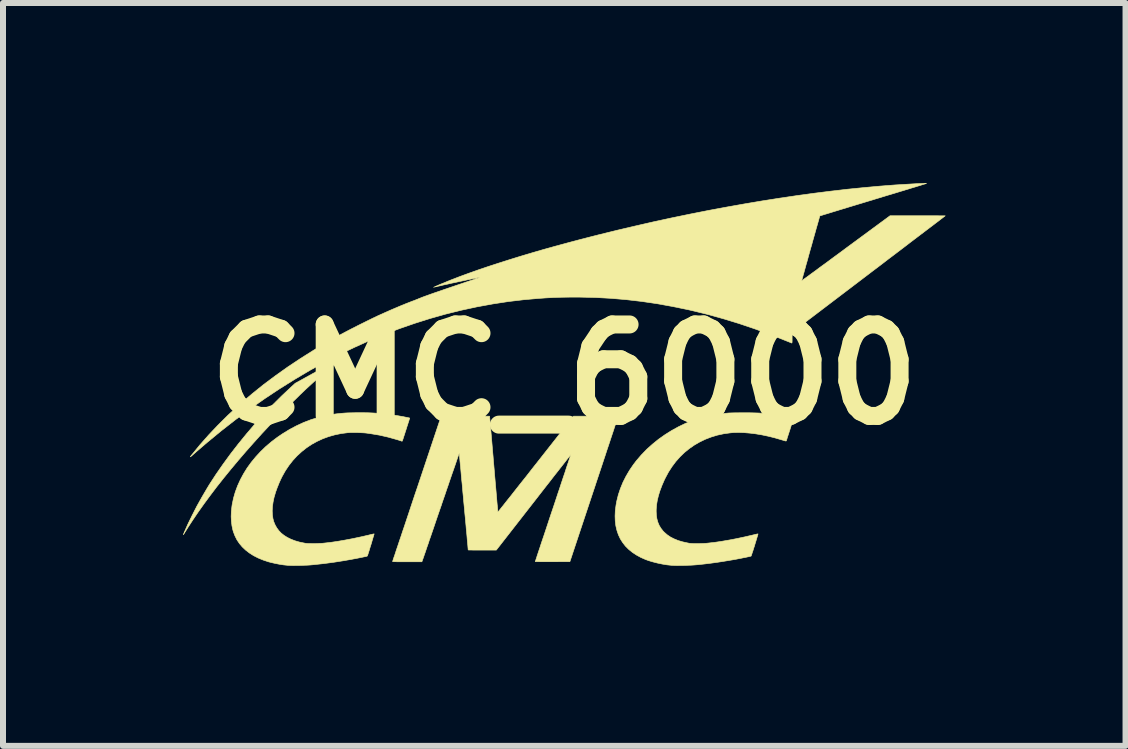
<source format=kicad_pcb>
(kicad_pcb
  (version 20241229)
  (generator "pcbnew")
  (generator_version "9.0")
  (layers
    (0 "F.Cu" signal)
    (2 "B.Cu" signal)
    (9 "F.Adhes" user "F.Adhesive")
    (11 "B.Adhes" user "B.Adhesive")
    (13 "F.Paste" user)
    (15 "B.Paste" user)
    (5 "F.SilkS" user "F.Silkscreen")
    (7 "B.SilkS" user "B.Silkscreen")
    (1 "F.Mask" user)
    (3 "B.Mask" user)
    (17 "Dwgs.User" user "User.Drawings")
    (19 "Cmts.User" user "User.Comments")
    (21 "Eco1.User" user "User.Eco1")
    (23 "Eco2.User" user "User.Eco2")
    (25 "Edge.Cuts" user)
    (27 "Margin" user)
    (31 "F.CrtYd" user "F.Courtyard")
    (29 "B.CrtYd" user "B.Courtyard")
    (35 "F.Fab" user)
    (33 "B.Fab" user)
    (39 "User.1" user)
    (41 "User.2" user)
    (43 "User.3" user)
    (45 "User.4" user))
  (footprint "CMC_6000"
    (layer "F.Cu")
    (at 6.352 3.191)
    (property "Reference" "CMC_6000" (at 0 0 0) (layer "F.SilkS") (effects (font (size 1.524 1.524) (thickness 0.3))))
    (attr through_hole)
    (fp_poly (pts (xy -3.615 -0.332) (xy -3.617 -0.33) (xy -3.619 -0.332) (xy -3.617 -0.334) (xy -3.615 -0.332)) (stroke (width 0.01) (type solid)) (fill yes) (layer "F.SilkS"))
    (fp_poly (pts (xy -2.172 -1.454) (xy -2.174 -1.452) (xy -2.176 -1.454) (xy -2.174 -1.456) (xy -2.172 -1.454)) (stroke (width 0.01) (type solid)) (fill yes) (layer "F.SilkS"))
    (fp_poly (pts (xy -3.624 -0.329) (xy -3.624 -0.328) (xy -3.627 -0.326) (xy -3.636 -0.319) (xy -3.649 -0.309) (xy -3.666 -0.297) (xy -3.674 -0.291) (xy -3.733 -0.247) (xy -3.796 -0.198) (xy -3.864 -0.143) (xy -3.937 -0.083) (xy -4.013 -0.018) (xy -4.093 0.052) (xy -4.176 0.125) (xy -4.261 0.203) (xy -4.31 0.248) (xy -4.333 0.27) (xy -4.361 0.297) (xy -4.394 0.328) (xy -4.43 0.364) (xy -4.47 0.403) (xy -4.512 0.444) (xy -4.555 0.487) (xy -4.6 0.531) (xy -4.644 0.575) (xy -4.688 0.619) (xy -4.73 0.661) (xy -4.77 0.702) (xy -4.808 0.74) (xy -4.841 0.775) (xy -4.871 0.805) (xy -4.896 0.831) (xy -4.9 0.836) (xy -5.04 0.986) (xy -5.175 1.136) (xy -5.307 1.285) (xy -5.434 1.433) (xy -5.557 1.58) (xy -5.676 1.726) (xy -5.789 1.869) (xy -5.896 2.01) (xy -5.998 2.148) (xy -6.094 2.283) (xy -6.183 2.414) (xy -6.266 2.541) (xy -6.301 2.597) (xy -6.315 2.619) (xy -6.327 2.638) (xy -6.336 2.654) (xy -6.343 2.664) (xy -6.347 2.669) (xy -6.347 2.669) (xy -6.347 2.667) (xy -6.344 2.659) (xy -6.339 2.647) (xy -6.335 2.637) (xy -6.271 2.492) (xy -6.199 2.345) (xy -6.123 2.196) (xy -6.041 2.049) (xy -5.956 1.904) (xy -5.914 1.834) (xy -5.804 1.665) (xy -5.686 1.495) (xy -5.562 1.325) (xy -5.431 1.156) (xy -5.295 0.989) (xy -5.154 0.824) (xy -5.008 0.664) (xy -4.86 0.507) (xy -4.708 0.356) (xy -4.554 0.211) (xy -4.545 0.203) (xy -4.483 0.146) (xy -4.082 -0.076) (xy -4.014 -0.114) (xy -3.954 -0.148) (xy -3.9 -0.178) (xy -3.852 -0.204) (xy -3.81 -0.227) (xy -3.773 -0.247) (xy -3.742 -0.265) (xy -3.715 -0.279) (xy -3.693 -0.292) (xy -3.675 -0.302) (xy -3.66 -0.31) (xy -3.648 -0.316) (xy -3.639 -0.321) (xy -3.633 -0.324) (xy -3.629 -0.327) (xy -3.626 -0.328) (xy -3.624 -0.329) (xy -3.624 -0.329) (xy -3.624 -0.329)) (stroke (width 0.01) (type solid)) (fill yes) (layer "F.SilkS"))
    (fp_poly (pts (xy -3.27 0.637) (xy -3.18 0.641) (xy -3.093 0.647) (xy -3.005 0.655) (xy -2.916 0.665) (xy -2.823 0.679) (xy -2.763 0.688) (xy -2.736 0.693) (xy -2.707 0.698) (xy -2.678 0.703) (xy -2.65 0.709) (xy -2.625 0.714) (xy -2.604 0.718) (xy -2.588 0.722) (xy -2.578 0.724) (xy -2.575 0.725) (xy -2.576 0.729) (xy -2.58 0.74) (xy -2.585 0.758) (xy -2.592 0.78) (xy -2.601 0.807) (xy -2.61 0.837) (xy -2.621 0.869) (xy -2.631 0.902) (xy -2.642 0.936) (xy -2.653 0.97) (xy -2.663 1.002) (xy -2.673 1.031) (xy -2.681 1.057) (xy -2.688 1.078) (xy -2.694 1.095) (xy -2.697 1.104) (xy -2.698 1.106) (xy -2.702 1.111) (xy -2.708 1.11) (xy -2.715 1.107) (xy -2.728 1.103) (xy -2.746 1.097) (xy -2.768 1.09) (xy -2.788 1.084) (xy -2.934 1.043) (xy -3.078 1.01) (xy -3.222 0.986) (xy -3.3 0.975) (xy -3.333 0.972) (xy -3.371 0.97) (xy -3.414 0.968) (xy -3.457 0.966) (xy -3.5 0.966) (xy -3.541 0.966) (xy -3.577 0.967) (xy -3.607 0.969) (xy -3.717 0.983) (xy -3.823 1.005) (xy -3.926 1.034) (xy -4.024 1.07) (xy -4.119 1.114) (xy -4.21 1.164) (xy -4.295 1.221) (xy -4.376 1.285) (xy -4.452 1.355) (xy -4.523 1.432) (xy -4.588 1.515) (xy -4.647 1.603) (xy -4.7 1.697) (xy -4.723 1.744) (xy -4.737 1.775) (xy -4.753 1.811) (xy -4.768 1.849) (xy -4.784 1.888) (xy -4.797 1.925) (xy -4.809 1.957) (xy -4.813 1.971) (xy -4.836 2.05) (xy -4.852 2.127) (xy -4.862 2.201) (xy -4.866 2.272) (xy -4.863 2.338) (xy -4.854 2.4) (xy -4.841 2.45) (xy -4.819 2.503) (xy -4.79 2.555) (xy -4.755 2.602) (xy -4.716 2.643) (xy -4.669 2.68) (xy -4.615 2.714) (xy -4.554 2.744) (xy -4.487 2.77) (xy -4.415 2.791) (xy -4.338 2.807) (xy -4.312 2.812) (xy -4.291 2.814) (xy -4.265 2.816) (xy -4.232 2.816) (xy -4.196 2.817) (xy -4.158 2.817) (xy -4.118 2.816) (xy -4.08 2.814) (xy -4.044 2.813) (xy -4.012 2.81) (xy -4.003 2.809) (xy -3.894 2.797) (xy -3.778 2.78) (xy -3.656 2.759) (xy -3.529 2.735) (xy -3.397 2.707) (xy -3.261 2.676) (xy -3.25 2.673) (xy -3.225 2.667) (xy -3.203 2.662) (xy -3.186 2.658) (xy -3.174 2.656) (xy -3.168 2.655) (xy -3.168 2.655) (xy -3.169 2.66) (xy -3.172 2.671) (xy -3.177 2.689) (xy -3.184 2.711) (xy -3.192 2.738) (xy -3.201 2.768) (xy -3.21 2.8) (xy -3.22 2.833) (xy -3.231 2.867) (xy -3.241 2.899) (xy -3.25 2.93) (xy -3.259 2.958) (xy -3.267 2.983) (xy -3.273 3.002) (xy -3.278 3.016) (xy -3.281 3.023) (xy -3.281 3.024) (xy -3.286 3.026) (xy -3.297 3.03) (xy -3.315 3.034) (xy -3.341 3.039) (xy -3.373 3.046) (xy -3.414 3.054) (xy -3.462 3.064) (xy -3.49 3.069) (xy -3.668 3.101) (xy -3.84 3.128) (xy -4.005 3.15) (xy -4.163 3.167) (xy -4.225 3.173) (xy -4.254 3.175) (xy -4.288 3.177) (xy -4.326 3.178) (xy -4.367 3.18) (xy -4.409 3.181) (xy -4.452 3.181) (xy -4.492 3.182) (xy -4.53 3.182) (xy -4.563 3.181) (xy -4.591 3.18) (xy -4.609 3.179) (xy -4.677 3.172) (xy -4.748 3.161) (xy -4.819 3.147) (xy -4.888 3.131) (xy -4.93 3.12) (xy -5.02 3.09) (xy -5.102 3.056) (xy -5.178 3.017) (xy -5.247 2.973) (xy -5.309 2.925) (xy -5.365 2.872) (xy -5.413 2.815) (xy -5.454 2.754) (xy -5.487 2.688) (xy -5.514 2.618) (xy -5.522 2.589) (xy -5.537 2.52) (xy -5.546 2.445) (xy -5.55 2.367) (xy -5.547 2.285) (xy -5.538 2.2) (xy -5.533 2.165) (xy -5.511 2.06) (xy -5.481 1.956) (xy -5.443 1.854) (xy -5.397 1.753) (xy -5.344 1.654) (xy -5.284 1.557) (xy -5.216 1.463) (xy -5.142 1.373) (xy -5.061 1.285) (xy -4.974 1.201) (xy -4.88 1.121) (xy -4.781 1.046) (xy -4.699 0.99) (xy -4.582 0.918) (xy -4.464 0.855) (xy -4.345 0.8) (xy -4.223 0.753) (xy -4.1 0.715) (xy -3.974 0.684) (xy -3.847 0.662) (xy -3.838 0.661) (xy -3.796 0.655) (xy -3.758 0.651) (xy -3.721 0.647) (xy -3.684 0.644) (xy -3.646 0.641) (xy -3.606 0.639) (xy -3.561 0.638) (xy -3.51 0.637) (xy -3.464 0.636) (xy -3.364 0.636) (xy -3.27 0.637)) (stroke (width 0.01) (type solid)) (fill yes) (layer "F.SilkS"))
    (fp_poly (pts (xy 3.027 0.637) (xy 3.074 0.637) (xy 3.119 0.638) (xy 3.16 0.639) (xy 3.197 0.64) (xy 3.229 0.641) (xy 3.253 0.642) (xy 3.258 0.643) (xy 3.402 0.656) (xy 3.539 0.674) (xy 3.67 0.694) (xy 3.694 0.699) (xy 3.732 0.706) (xy 3.763 0.712) (xy 3.786 0.717) (xy 3.804 0.721) (xy 3.815 0.724) (xy 3.82 0.727) (xy 3.821 0.73) (xy 3.82 0.735) (xy 3.815 0.748) (xy 3.809 0.766) (xy 3.802 0.79) (xy 3.793 0.818) (xy 3.783 0.848) (xy 3.772 0.881) (xy 3.762 0.914) (xy 3.751 0.947) (xy 3.741 0.979) (xy 3.731 1.009) (xy 3.722 1.036) (xy 3.715 1.058) (xy 3.71 1.076) (xy 3.706 1.087) (xy 3.705 1.089) (xy 3.704 1.097) (xy 3.702 1.102) (xy 3.699 1.106) (xy 3.695 1.107) (xy 3.687 1.107) (xy 3.675 1.104) (xy 3.659 1.099) (xy 3.636 1.092) (xy 3.609 1.084) (xy 3.502 1.053) (xy 3.396 1.027) (xy 3.292 1.005) (xy 3.19 0.988) (xy 3.091 0.976) (xy 2.996 0.968) (xy 2.906 0.965) (xy 2.821 0.967) (xy 2.766 0.972) (xy 2.657 0.987) (xy 2.551 1.01) (xy 2.449 1.041) (xy 2.35 1.079) (xy 2.257 1.124) (xy 2.167 1.176) (xy 2.082 1.235) (xy 2.002 1.3) (xy 1.928 1.372) (xy 1.858 1.451) (xy 1.795 1.535) (xy 1.737 1.625) (xy 1.685 1.722) (xy 1.666 1.761) (xy 1.627 1.851) (xy 1.595 1.936) (xy 1.57 2.016) (xy 1.551 2.094) (xy 1.539 2.168) (xy 1.533 2.24) (xy 1.532 2.275) (xy 1.535 2.343) (xy 1.544 2.404) (xy 1.56 2.461) (xy 1.582 2.514) (xy 1.612 2.563) (xy 1.648 2.609) (xy 1.668 2.629) (xy 1.715 2.67) (xy 1.769 2.707) (xy 1.83 2.738) (xy 1.898 2.766) (xy 1.973 2.788) (xy 2.055 2.806) (xy 2.085 2.812) (xy 2.105 2.814) (xy 2.132 2.816) (xy 2.164 2.817) (xy 2.2 2.817) (xy 2.239 2.817) (xy 2.278 2.816) (xy 2.316 2.815) (xy 2.353 2.813) (xy 2.385 2.81) (xy 2.394 2.809) (xy 2.503 2.797) (xy 2.619 2.78) (xy 2.741 2.759) (xy 2.868 2.735) (xy 2.999 2.707) (xy 3.135 2.676) (xy 3.147 2.673) (xy 3.171 2.667) (xy 3.193 2.662) (xy 3.211 2.658) (xy 3.223 2.656) (xy 3.228 2.655) (xy 3.228 2.656) (xy 3.228 2.66) (xy 3.225 2.672) (xy 3.22 2.689) (xy 3.213 2.712) (xy 3.205 2.739) (xy 3.196 2.769) (xy 3.186 2.801) (xy 3.176 2.834) (xy 3.166 2.868) (xy 3.155 2.9) (xy 3.146 2.931) (xy 3.136 2.959) (xy 3.128 2.984) (xy 3.122 3.003) (xy 3.117 3.017) (xy 3.114 3.024) (xy 3.113 3.025) (xy 3.108 3.027) (xy 3.095 3.03) (xy 3.075 3.035) (xy 3.05 3.04) (xy 3.02 3.047) (xy 2.986 3.053) (xy 2.949 3.061) (xy 2.911 3.068) (xy 2.871 3.076) (xy 2.831 3.083) (xy 2.792 3.09) (xy 2.768 3.094) (xy 2.659 3.112) (xy 2.55 3.129) (xy 2.44 3.144) (xy 2.334 3.157) (xy 2.232 3.168) (xy 2.172 3.173) (xy 2.143 3.175) (xy 2.109 3.177) (xy 2.07 3.178) (xy 2.029 3.18) (xy 1.987 3.181) (xy 1.945 3.181) (xy 1.904 3.182) (xy 1.867 3.182) (xy 1.833 3.181) (xy 1.806 3.18) (xy 1.787 3.179) (xy 1.711 3.171) (xy 1.633 3.158) (xy 1.556 3.142) (xy 1.481 3.123) (xy 1.41 3.102) (xy 1.359 3.084) (xy 1.277 3.048) (xy 1.202 3.007) (xy 1.134 2.962) (xy 1.074 2.913) (xy 1.02 2.859) (xy 0.974 2.8) (xy 0.934 2.737) (xy 0.902 2.669) (xy 0.878 2.598) (xy 0.86 2.522) (xy 0.85 2.441) (xy 0.847 2.357) (xy 0.851 2.268) (xy 0.863 2.176) (xy 0.875 2.11) (xy 0.901 2.005) (xy 0.936 1.9) (xy 0.978 1.797) (xy 1.029 1.696) (xy 1.087 1.597) (xy 1.153 1.5) (xy 1.205 1.432) (xy 1.287 1.337) (xy 1.376 1.245) (xy 1.472 1.159) (xy 1.572 1.078) (xy 1.678 1.003) (xy 1.788 0.934) (xy 1.902 0.871) (xy 2.018 0.815) (xy 2.137 0.767) (xy 2.258 0.726) (xy 2.34 0.703) (xy 2.399 0.689) (xy 2.46 0.677) (xy 2.525 0.666) (xy 2.594 0.656) (xy 2.669 0.648) (xy 2.72 0.643) (xy 2.741 0.641) (xy 2.769 0.64) (xy 2.804 0.639) (xy 2.843 0.638) (xy 2.887 0.638) (xy 2.932 0.637) (xy 2.98 0.637) (xy 3.027 0.637)) (stroke (width 0.01) (type solid)) (fill yes) (layer "F.SilkS"))
    (fp_poly (pts (xy -1.243 0.708) (xy -1.242 0.714) (xy -1.241 0.727) (xy -1.239 0.748) (xy -1.237 0.777) (xy -1.233 0.812) (xy -1.23 0.853) (xy -1.226 0.901) (xy -1.221 0.953) (xy -1.216 1.011) (xy -1.211 1.074) (xy -1.205 1.14) (xy -1.199 1.211) (xy -1.193 1.284) (xy -1.186 1.361) (xy -1.18 1.44) (xy -1.174 1.505) (xy -1.167 1.586) (xy -1.161 1.664) (xy -1.154 1.74) (xy -1.148 1.812) (xy -1.142 1.881) (xy -1.136 1.947) (xy -1.131 2.008) (xy -1.126 2.064) (xy -1.122 2.115) (xy -1.118 2.16) (xy -1.114 2.199) (xy -1.111 2.232) (xy -1.109 2.258) (xy -1.107 2.277) (xy -1.106 2.288) (xy -1.105 2.291) (xy -1.102 2.288) (xy -1.095 2.279) (xy -1.082 2.263) (xy -1.065 2.242) (xy -1.044 2.215) (xy -1.018 2.183) (xy -0.989 2.146) (xy -0.956 2.104) (xy -0.919 2.058) (xy -0.879 2.008) (xy -0.837 1.954) (xy -0.792 1.897) (xy -0.744 1.836) (xy -0.694 1.773) (xy -0.641 1.707) (xy -0.587 1.638) (xy -0.532 1.567) (xy -0.475 1.495) (xy -0.474 1.494) (xy 0.155 0.694) (xy 0.526 0.694) (xy 0.581 0.694) (xy 0.634 0.694) (xy 0.684 0.695) (xy 0.73 0.695) (xy 0.771 0.695) (xy 0.808 0.695) (xy 0.839 0.696) (xy 0.865 0.696) (xy 0.883 0.697) (xy 0.894 0.697) (xy 0.897 0.697) (xy 0.896 0.702) (xy 0.892 0.714) (xy 0.886 0.733) (xy 0.877 0.759) (xy 0.866 0.793) (xy 0.853 0.832) (xy 0.838 0.878) (xy 0.821 0.93) (xy 0.802 0.987) (xy 0.781 1.05) (xy 0.759 1.117) (xy 0.735 1.189) (xy 0.709 1.266) (xy 0.683 1.346) (xy 0.655 1.43) (xy 0.626 1.518) (xy 0.596 1.608) (xy 0.565 1.701) (xy 0.533 1.797) (xy 0.501 1.895) (xy 0.496 1.909) (xy 0.094 3.118) (xy -0.194 3.119) (xy -0.243 3.119) (xy -0.289 3.119) (xy -0.332 3.119) (xy -0.37 3.119) (xy -0.405 3.119) (xy -0.433 3.118) (xy -0.456 3.118) (xy -0.472 3.117) (xy -0.481 3.117) (xy -0.483 3.117) (xy -0.481 3.112) (xy -0.477 3.1) (xy -0.471 3.081) (xy -0.462 3.055) (xy -0.452 3.022) (xy -0.439 2.983) (xy -0.424 2.938) (xy -0.407 2.888) (xy -0.389 2.832) (xy -0.369 2.772) (xy -0.347 2.708) (xy -0.324 2.639) (xy -0.3 2.567) (xy -0.275 2.491) (xy -0.249 2.412) (xy -0.222 2.331) (xy -0.194 2.248) (xy -0.186 2.225) (xy -0.158 2.141) (xy -0.131 2.059) (xy -0.105 1.98) (xy -0.079 1.904) (xy -0.055 1.83) (xy -0.032 1.761) (xy -0.01 1.695) (xy 0.011 1.634) (xy 0.029 1.577) (xy 0.046 1.526) (xy 0.062 1.479) (xy 0.075 1.439) (xy 0.087 1.405) (xy 0.096 1.377) (xy 0.103 1.356) (xy 0.107 1.342) (xy 0.109 1.336) (xy 0.109 1.335) (xy 0.106 1.339) (xy 0.099 1.348) (xy 0.086 1.364) (xy 0.069 1.385) (xy 0.048 1.412) (xy 0.023 1.445) (xy -0.006 1.482) (xy -0.039 1.524) (xy -0.075 1.57) (xy -0.114 1.62) (xy -0.157 1.674) (xy -0.202 1.732) (xy -0.249 1.793) (xy -0.299 1.856) (xy -0.351 1.923) (xy -0.404 1.991) (xy -0.459 2.062) (xy -0.512 2.13) (xy -1.132 2.925) (xy -1.366 2.925) (xy -1.41 2.925) (xy -1.451 2.925) (xy -1.488 2.925) (xy -1.522 2.925) (xy -1.55 2.924) (xy -1.573 2.924) (xy -1.589 2.924) (xy -1.599 2.923) (xy -1.6 2.923) (xy -1.601 2.918) (xy -1.602 2.905) (xy -1.604 2.885) (xy -1.606 2.858) (xy -1.609 2.825) (xy -1.613 2.786) (xy -1.617 2.741) (xy -1.621 2.691) (xy -1.626 2.637) (xy -1.632 2.579) (xy -1.637 2.518) (xy -1.643 2.454) (xy -1.649 2.387) (xy -1.656 2.318) (xy -1.662 2.248) (xy -1.669 2.177) (xy -1.676 2.106) (xy -1.682 2.034) (xy -1.689 1.964) (xy -1.695 1.894) (xy -1.701 1.826) (xy -1.708 1.76) (xy -1.714 1.696) (xy -1.719 1.636) (xy -1.724 1.579) (xy -1.729 1.526) (xy -1.734 1.478) (xy -1.738 1.435) (xy -1.741 1.398) (xy -1.744 1.366) (xy -1.747 1.341) (xy -1.748 1.323) (xy -1.749 1.313) (xy -1.75 1.311) (xy -1.751 1.314) (xy -1.755 1.325) (xy -1.762 1.344) (xy -1.771 1.369) (xy -1.782 1.401) (xy -1.795 1.44) (xy -1.81 1.484) (xy -1.827 1.533) (xy -1.846 1.588) (xy -1.867 1.647) (xy -1.889 1.711) (xy -1.912 1.778) (xy -1.936 1.85) (xy -1.962 1.924) (xy -1.988 2.002) (xy -2.016 2.082) (xy -2.044 2.164) (xy -2.044 2.166) (xy -2.073 2.249) (xy -2.101 2.33) (xy -2.128 2.409) (xy -2.154 2.486) (xy -2.179 2.56) (xy -2.203 2.63) (xy -2.226 2.697) (xy -2.248 2.759) (xy -2.267 2.818) (xy -2.286 2.871) (xy -2.302 2.919) (xy -2.316 2.961) (xy -2.329 2.997) (xy -2.339 3.027) (xy -2.347 3.049) (xy -2.352 3.065) (xy -2.355 3.072) (xy -2.372 3.12) (xy -2.617 3.12) (xy -2.669 3.12) (xy -2.713 3.12) (xy -2.749 3.12) (xy -2.78 3.12) (xy -2.804 3.119) (xy -2.823 3.119) (xy -2.837 3.118) (xy -2.847 3.118) (xy -2.854 3.117) (xy -2.858 3.116) (xy -2.86 3.115) (xy -2.86 3.113) (xy -2.86 3.113) (xy -2.858 3.108) (xy -2.854 3.096) (xy -2.848 3.076) (xy -2.839 3.049) (xy -2.827 3.016) (xy -2.814 2.976) (xy -2.799 2.929) (xy -2.781 2.877) (xy -2.762 2.82) (xy -2.741 2.757) (xy -2.718 2.69) (xy -2.694 2.617) (xy -2.668 2.541) (xy -2.641 2.46) (xy -2.613 2.376) (xy -2.584 2.289) (xy -2.554 2.198) (xy -2.523 2.105) (xy -2.491 2.009) (xy -2.458 1.912) (xy -2.454 1.901) (xy -2.051 0.696) (xy -1.648 0.695) (xy -1.245 0.694) (xy -1.243 0.708)) (stroke (width 0.01) (type solid)) (fill yes) (layer "F.SilkS"))
    (fp_poly (pts (xy 6.031 -3.186) (xy 6.035 -3.185) (xy 6.036 -3.185) (xy 6.035 -3.184) (xy 6.03 -3.182) (xy 6.017 -3.178) (xy 5.997 -3.172) (xy 5.97 -3.164) (xy 5.937 -3.153) (xy 5.897 -3.141) (xy 5.852 -3.127) (xy 5.801 -3.112) (xy 5.744 -3.094) (xy 5.683 -3.076) (xy 5.618 -3.056) (xy 5.549 -3.035) (xy 5.476 -3.013) (xy 5.399 -2.99) (xy 5.32 -2.966) (xy 5.238 -2.941) (xy 5.155 -2.916) (xy 5.144 -2.912) (xy 5.06 -2.887) (xy 4.978 -2.862) (xy 4.898 -2.838) (xy 4.822 -2.815) (xy 4.749 -2.793) (xy 4.679 -2.771) (xy 4.614 -2.752) (xy 4.553 -2.733) (xy 4.496 -2.716) (xy 4.445 -2.7) (xy 4.399 -2.686) (xy 4.359 -2.674) (xy 4.325 -2.664) (xy 4.298 -2.655) (xy 4.278 -2.649) (xy 4.265 -2.645) (xy 4.259 -2.643) (xy 4.259 -2.643) (xy 4.258 -2.639) (xy 4.254 -2.627) (xy 4.249 -2.609) (xy 4.242 -2.583) (xy 4.233 -2.552) (xy 4.223 -2.516) (xy 4.211 -2.475) (xy 4.198 -2.43) (xy 4.185 -2.382) (xy 4.17 -2.33) (xy 4.155 -2.276) (xy 4.139 -2.221) (xy 4.124 -2.164) (xy 4.107 -2.107) (xy 4.091 -2.049) (xy 4.075 -1.992) (xy 4.06 -1.936) (xy 4.045 -1.882) (xy 4.03 -1.831) (xy 4.017 -1.782) (xy 4.004 -1.736) (xy 3.993 -1.695) (xy 3.982 -1.658) (xy 3.974 -1.626) (xy 3.966 -1.6) (xy 3.961 -1.581) (xy 3.958 -1.568) (xy 3.957 -1.563) (xy 3.957 -1.563) (xy 3.96 -1.565) (xy 3.97 -1.572) (xy 3.986 -1.584) (xy 4.008 -1.6) (xy 4.036 -1.62) (xy 4.069 -1.644) (xy 4.106 -1.672) (xy 4.149 -1.703) (xy 4.196 -1.737) (xy 4.246 -1.775) (xy 4.301 -1.815) (xy 4.359 -1.857) (xy 4.42 -1.902) (xy 4.483 -1.949) (xy 4.55 -1.998) (xy 4.618 -2.048) (xy 4.688 -2.1) (xy 4.693 -2.104) (xy 5.429 -2.646) (xy 5.888 -2.646) (xy 5.95 -2.646) (xy 6.009 -2.646) (xy 6.065 -2.646) (xy 6.118 -2.646) (xy 6.167 -2.646) (xy 6.211 -2.646) (xy 6.25 -2.645) (xy 6.283 -2.645) (xy 6.31 -2.645) (xy 6.33 -2.645) (xy 6.343 -2.645) (xy 6.348 -2.645) (xy 6.348 -2.645) (xy 6.345 -2.642) (xy 6.335 -2.635) (xy 6.319 -2.622) (xy 6.297 -2.605) (xy 6.269 -2.584) (xy 6.236 -2.558) (xy 6.197 -2.529) (xy 6.153 -2.495) (xy 6.104 -2.458) (xy 6.05 -2.417) (xy 5.992 -2.373) (xy 5.93 -2.326) (xy 5.864 -2.276) (xy 5.794 -2.223) (xy 5.721 -2.167) (xy 5.644 -2.108) (xy 5.565 -2.048) (xy 5.482 -1.985) (xy 5.397 -1.921) (xy 5.31 -1.854) (xy 5.221 -1.786) (xy 5.129 -1.717) (xy 5.073 -1.674) (xy 3.798 -0.705) (xy 3.797 -0.615) (xy 3.797 -0.582) (xy 3.797 -0.557) (xy 3.796 -0.54) (xy 3.795 -0.529) (xy 3.793 -0.525) (xy 3.792 -0.525) (xy 3.787 -0.526) (xy 3.776 -0.531) (xy 3.758 -0.538) (xy 3.736 -0.547) (xy 3.71 -0.557) (xy 3.681 -0.569) (xy 3.675 -0.571) (xy 3.423 -0.671) (xy 3.17 -0.763) (xy 2.915 -0.849) (xy 2.66 -0.927) (xy 2.406 -0.998) (xy 2.153 -1.06) (xy 2.072 -1.079) (xy 1.81 -1.133) (xy 1.551 -1.18) (xy 1.292 -1.218) (xy 1.034 -1.248) (xy 0.777 -1.27) (xy 0.519 -1.284) (xy 0.262 -1.29) (xy 0.089 -1.29) (xy 0.025 -1.289) (xy -0.032 -1.288) (xy -0.083 -1.287) (xy -0.131 -1.285) (xy -0.177 -1.284) (xy -0.223 -1.281) (xy -0.27 -1.279) (xy -0.321 -1.276) (xy -0.375 -1.272) (xy -0.411 -1.27) (xy -0.672 -1.247) (xy -0.933 -1.216) (xy -1.194 -1.176) (xy -1.455 -1.128) (xy -1.714 -1.072) (xy -1.973 -1.008) (xy -2.232 -0.935) (xy -2.489 -0.854) (xy -2.746 -0.765) (xy -3.001 -0.667) (xy -3.255 -0.562) (xy -3.507 -0.448) (xy -3.758 -0.327) (xy -4.008 -0.197) (xy -4.24 -0.069) (xy -4.493 0.081) (xy -4.744 0.238) (xy -4.993 0.403) (xy -5.238 0.575) (xy -5.48 0.754) (xy -5.718 0.94) (xy -5.951 1.132) (xy -6.134 1.289) (xy -6.163 1.315) (xy -6.187 1.336) (xy -6.205 1.352) (xy -6.218 1.363) (xy -6.227 1.369) (xy -6.231 1.371) (xy -6.231 1.37) (xy -6.228 1.365) (xy -6.221 1.356) (xy -6.212 1.344) (xy -6.208 1.34) (xy -6.07 1.171) (xy -5.924 1.006) (xy -5.771 0.844) (xy -5.611 0.685) (xy -5.443 0.529) (xy -5.376 0.47) (xy -5.195 0.316) (xy -5.007 0.165) (xy -4.81 0.018) (xy -4.606 -0.127) (xy -4.394 -0.268) (xy -4.175 -0.406) (xy -3.949 -0.541) (xy -3.715 -0.672) (xy -3.672 -0.695) (xy -3.638 -0.713) (xy -3.598 -0.734) (xy -3.552 -0.758) (xy -3.502 -0.783) (xy -3.45 -0.81) (xy -3.396 -0.837) (xy -3.341 -0.864) (xy -3.287 -0.891) (xy -3.234 -0.917) (xy -3.185 -0.941) (xy -3.14 -0.962) (xy -3.101 -0.981) (xy -3.076 -0.992) (xy -2.987 -1.032) (xy -2.899 -1.071) (xy -2.813 -1.108) (xy -2.73 -1.143) (xy -2.652 -1.175) (xy -2.578 -1.204) (xy -2.529 -1.223) (xy -2.504 -1.232) (xy -2.479 -1.242) (xy -2.456 -1.251) (xy -2.438 -1.258) (xy -2.43 -1.262) (xy -2.404 -1.272) (xy -2.37 -1.286) (xy -2.327 -1.302) (xy -2.277 -1.32) (xy -2.219 -1.341) (xy -2.153 -1.364) (xy -2.079 -1.389) (xy -1.997 -1.418) (xy -1.908 -1.448) (xy -1.811 -1.481) (xy -1.707 -1.516) (xy -1.692 -1.521) (xy -1.645 -1.537) (xy -1.6 -1.552) (xy -1.558 -1.566) (xy -1.519 -1.579) (xy -1.485 -1.59) (xy -1.456 -1.6) (xy -1.433 -1.608) (xy -1.416 -1.615) (xy -1.405 -1.618) (xy -1.402 -1.619) (xy -1.407 -1.619) (xy -1.419 -1.617) (xy -1.438 -1.614) (xy -1.463 -1.609) (xy -1.494 -1.603) (xy -1.529 -1.596) (xy -1.568 -1.588) (xy -1.611 -1.579) (xy -1.656 -1.569) (xy -1.703 -1.559) (xy -1.752 -1.549) (xy -1.8 -1.538) (xy -1.849 -1.528) (xy -1.896 -1.518) (xy -1.942 -1.507) (xy -1.986 -1.498) (xy -2.026 -1.489) (xy -2.062 -1.48) (xy -2.082 -1.476) (xy -2.108 -1.47) (xy -2.13 -1.465) (xy -2.148 -1.461) (xy -2.16 -1.458) (xy -2.166 -1.458) (xy -2.166 -1.458) (xy -2.163 -1.46) (xy -2.153 -1.464) (xy -2.137 -1.472) (xy -2.116 -1.481) (xy -2.091 -1.492) (xy -2.063 -1.504) (xy -2.033 -1.516) (xy -2.001 -1.529) (xy -1.97 -1.542) (xy -1.94 -1.555) (xy -1.911 -1.566) (xy -1.885 -1.577) (xy -1.884 -1.577) (xy -1.742 -1.632) (xy -1.592 -1.687) (xy -1.434 -1.743) (xy -1.269 -1.799) (xy -1.097 -1.855) (xy -0.918 -1.912) (xy -0.734 -1.969) (xy -0.543 -2.026) (xy -0.347 -2.083) (xy -0.146 -2.139) (xy 0.06 -2.195) (xy 0.271 -2.251) (xy 0.485 -2.306) (xy 0.572 -2.328) (xy 0.877 -2.403) (xy 1.183 -2.475) (xy 1.489 -2.545) (xy 1.794 -2.611) (xy 2.099 -2.674) (xy 2.402 -2.734) (xy 2.703 -2.79) (xy 3.001 -2.843) (xy 3.297 -2.893) (xy 3.59 -2.939) (xy 3.88 -2.982) (xy 4.165 -3.021) (xy 4.445 -3.056) (xy 4.721 -3.088) (xy 4.991 -3.115) (xy 5.255 -3.139) (xy 5.512 -3.159) (xy 5.763 -3.174) (xy 5.814 -3.177) (xy 5.865 -3.18) (xy 5.908 -3.182) (xy 5.943 -3.183) (xy 5.972 -3.185) (xy 5.994 -3.186) (xy 6.011 -3.186) (xy 6.023 -3.186) (xy 6.031 -3.186)) (stroke (width 0.01) (type solid)) (fill yes) (layer "F.SilkS")))
  (gr_rect
    (start -3 -3)
    (end 15.705 9.378)
    (stroke (width 0.1) (type default))
    (fill no)
    (layer "Edge.Cuts")))
</source>
